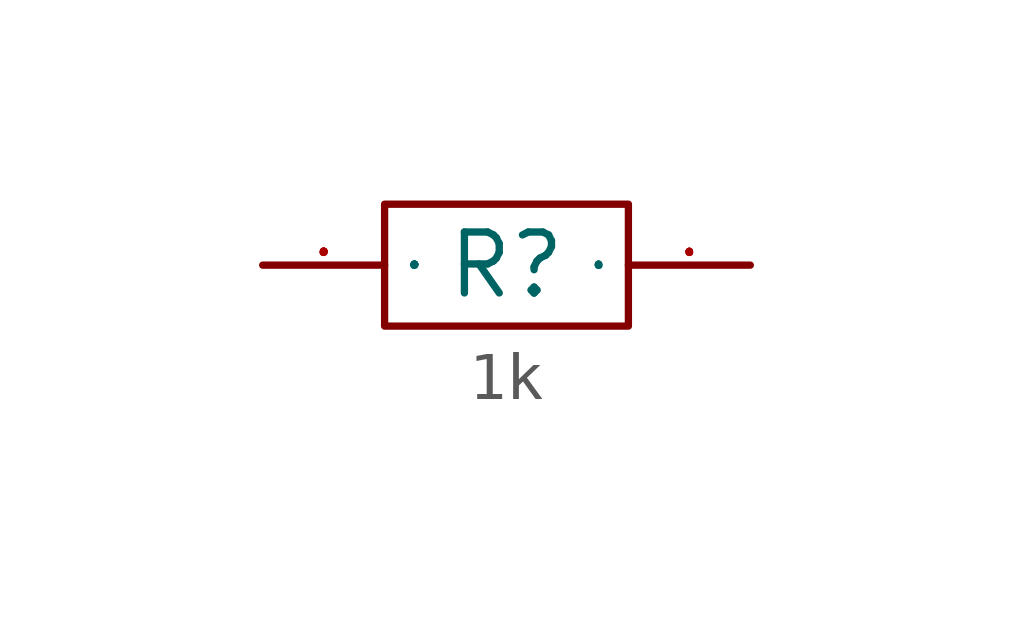
<source format=kicad_sym>
(kicad_symbol_lib
  (version 20231120)
  (generator "kicad_symbol_editor")
  (generator_version "8.0")
  (symbol "1k"
    (property "Reference" "R"
      (at 0 0 0)
      (effects (font (size 1.27 1.27))))
    (property "Value" ""
      (at 0 0 0)
      (effects (font (size 1.27 1.27))))
    (symbol "1k_1_0"
      (rectangle (start -2.54 -1.27) (end 2.54 1.27) (stroke (width 0) (type default)) (fill (type none)))
      (pin unspecified line (at 5.08 0 180) (length 2.54) (name "1" (effects (font (size 0.025 0.025)))) (number "1" (effects (font (size 0.025 0.025)))))
      (pin unspecified line (at -5.08 0 0) (length 2.54) (name "2" (effects (font (size 0.025 0.025)))) (number "2" (effects (font (size 0.025 0.025))))))))
</source>
